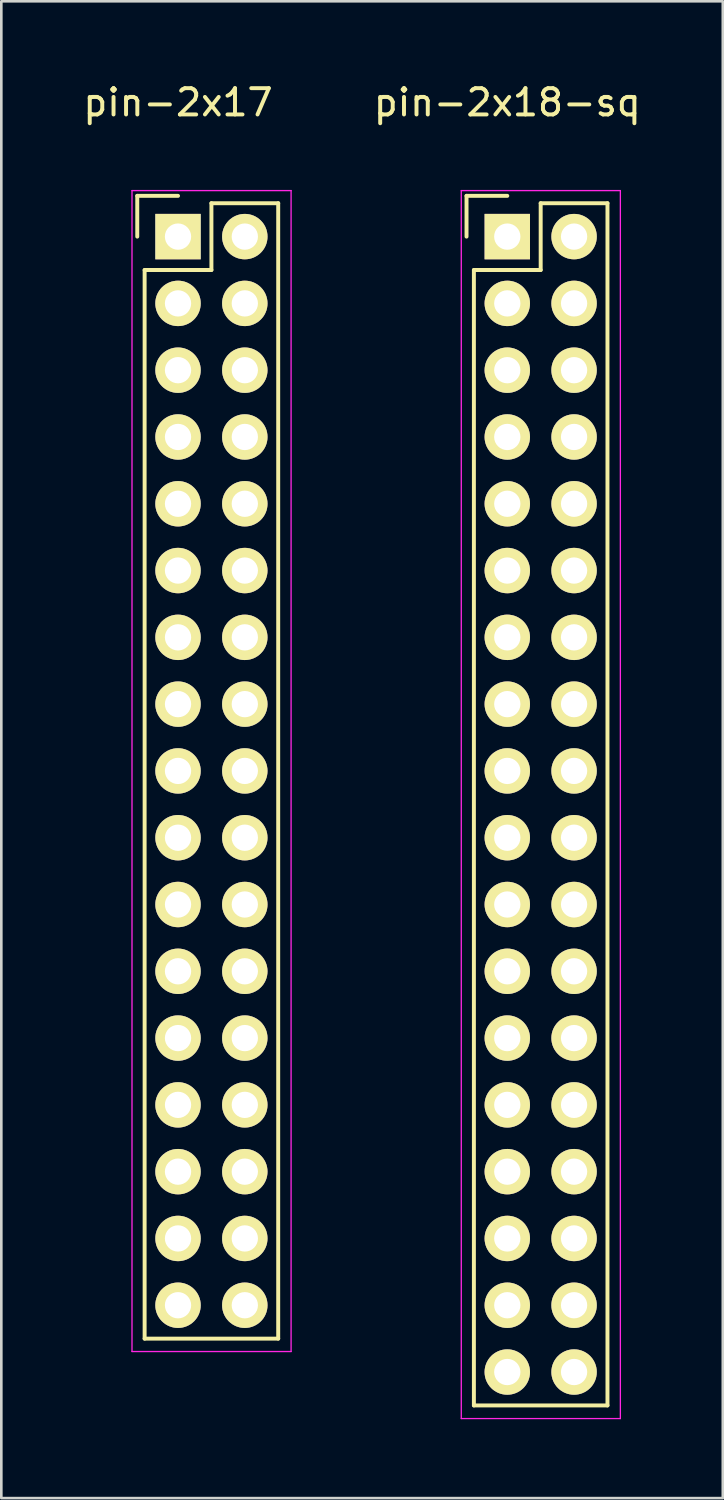
<source format=kicad_pcb>
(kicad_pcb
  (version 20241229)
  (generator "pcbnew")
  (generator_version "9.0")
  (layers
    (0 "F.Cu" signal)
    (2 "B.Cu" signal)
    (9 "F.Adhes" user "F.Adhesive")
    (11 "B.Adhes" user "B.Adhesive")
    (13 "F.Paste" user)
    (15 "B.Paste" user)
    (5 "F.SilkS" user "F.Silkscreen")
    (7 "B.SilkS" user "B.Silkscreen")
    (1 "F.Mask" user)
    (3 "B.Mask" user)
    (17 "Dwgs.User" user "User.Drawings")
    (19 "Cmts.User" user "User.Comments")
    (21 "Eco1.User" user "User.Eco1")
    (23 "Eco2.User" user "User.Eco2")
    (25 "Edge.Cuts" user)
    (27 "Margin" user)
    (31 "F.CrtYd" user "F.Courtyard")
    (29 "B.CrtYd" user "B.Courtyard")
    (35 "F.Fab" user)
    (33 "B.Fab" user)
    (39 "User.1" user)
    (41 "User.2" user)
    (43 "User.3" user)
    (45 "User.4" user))
  (footprint "pin-2x18-sq"
    (layer "F.Cu")
    (at 16.242 5.948)
    (property "Reference" "pin-2x18-sq" (at 0 -5.1 0) (layer "F.SilkS") (effects (font (size 1 1) (thickness 0.15))))
    (attr through_hole)
    (fp_line (start -1.55 -1.55) (end -1.55 0) (stroke (width 0.15) (type solid)) (layer "F.SilkS"))
    (fp_line (start -1.27 44.45) (end -1.27 1.27) (stroke (width 0.15) (type solid)) (layer "F.SilkS"))
    (fp_line (start 0 -1.55) (end -1.55 -1.55) (stroke (width 0.15) (type solid)) (layer "F.SilkS"))
    (fp_line (start 1.27 -1.27) (end 1.27 1.27) (stroke (width 0.15) (type solid)) (layer "F.SilkS"))
    (fp_line (start 1.27 1.27) (end -1.27 1.27) (stroke (width 0.15) (type solid)) (layer "F.SilkS"))
    (fp_line (start 3.81 -1.27) (end 1.27 -1.27) (stroke (width 0.15) (type solid)) (layer "F.SilkS"))
    (fp_line (start 3.81 -1.27) (end 3.81 44.45) (stroke (width 0.15) (type solid)) (layer "F.SilkS"))
    (fp_line (start 3.81 44.45) (end -1.27 44.45) (stroke (width 0.15) (type solid)) (layer "F.SilkS"))
    (fp_line (start -1.75 -1.75) (end -1.75 44.95) (stroke (width 0.05) (type solid)) (layer "F.CrtYd"))
    (fp_line (start -1.75 -1.75) (end 4.3 -1.75) (stroke (width 0.05) (type solid)) (layer "F.CrtYd"))
    (fp_line (start -1.75 44.95) (end 4.3 44.95) (stroke (width 0.05) (type solid)) (layer "F.CrtYd"))
    (fp_line (start 4.3 -1.75) (end 4.3 44.95) (stroke (width 0.05) (type solid)) (layer "F.CrtYd"))
    (pad "1" thru_hole rect (at 0 0) (size 1.727 1.727) (drill 1) (layers "*.Cu" "*.Mask" "F.SilkS"))
    (pad "2" thru_hole oval (at 2.54 0) (size 1.727 1.727) (drill 1) (layers "*.Cu" "*.Mask" "F.SilkS"))
    (pad "3" thru_hole oval (at 0 2.54) (size 1.727 1.727) (drill 1) (layers "*.Cu" "*.Mask" "F.SilkS"))
    (pad "4" thru_hole oval (at 2.54 2.54) (size 1.727 1.727) (drill 1) (layers "*.Cu" "*.Mask" "F.SilkS"))
    (pad "5" thru_hole oval (at 0 5.08) (size 1.727 1.727) (drill 1) (layers "*.Cu" "*.Mask" "F.SilkS"))
    (pad "6" thru_hole oval (at 2.54 5.08) (size 1.727 1.727) (drill 1) (layers "*.Cu" "*.Mask" "F.SilkS"))
    (pad "7" thru_hole oval (at 0 7.62) (size 1.727 1.727) (drill 1) (layers "*.Cu" "*.Mask" "F.SilkS"))
    (pad "8" thru_hole oval (at 2.54 7.62) (size 1.727 1.727) (drill 1) (layers "*.Cu" "*.Mask" "F.SilkS"))
    (pad "9" thru_hole oval (at 0 10.16) (size 1.727 1.727) (drill 1) (layers "*.Cu" "*.Mask" "F.SilkS"))
    (pad "10" thru_hole oval (at 2.54 10.16) (size 1.727 1.727) (drill 1) (layers "*.Cu" "*.Mask" "F.SilkS"))
    (pad "11" thru_hole oval (at 0 12.7) (size 1.727 1.727) (drill 1) (layers "*.Cu" "*.Mask" "F.SilkS"))
    (pad "12" thru_hole oval (at 2.54 12.7) (size 1.727 1.727) (drill 1) (layers "*.Cu" "*.Mask" "F.SilkS"))
    (pad "13" thru_hole oval (at 0 15.24) (size 1.727 1.727) (drill 1) (layers "*.Cu" "*.Mask" "F.SilkS"))
    (pad "14" thru_hole oval (at 2.54 15.24) (size 1.727 1.727) (drill 1) (layers "*.Cu" "*.Mask" "F.SilkS"))
    (pad "15" thru_hole oval (at 0 17.78) (size 1.727 1.727) (drill 1) (layers "*.Cu" "*.Mask" "F.SilkS"))
    (pad "16" thru_hole oval (at 2.54 17.78) (size 1.727 1.727) (drill 1) (layers "*.Cu" "*.Mask" "F.SilkS"))
    (pad "17" thru_hole oval (at 0 20.32) (size 1.727 1.727) (drill 1) (layers "*.Cu" "*.Mask" "F.SilkS"))
    (pad "18" thru_hole oval (at 2.54 20.32) (size 1.727 1.727) (drill 1) (layers "*.Cu" "*.Mask" "F.SilkS"))
    (pad "19" thru_hole oval (at 0 22.86) (size 1.727 1.727) (drill 1) (layers "*.Cu" "*.Mask" "F.SilkS"))
    (pad "20" thru_hole oval (at 2.54 22.86) (size 1.727 1.727) (drill 1) (layers "*.Cu" "*.Mask" "F.SilkS"))
    (pad "21" thru_hole oval (at 0 25.4) (size 1.727 1.727) (drill 1) (layers "*.Cu" "*.Mask" "F.SilkS"))
    (pad "22" thru_hole oval (at 2.54 25.4) (size 1.727 1.727) (drill 1) (layers "*.Cu" "*.Mask" "F.SilkS"))
    (pad "23" thru_hole oval (at 0 27.94) (size 1.727 1.727) (drill 1) (layers "*.Cu" "*.Mask" "F.SilkS"))
    (pad "24" thru_hole oval (at 2.54 27.94) (size 1.727 1.727) (drill 1) (layers "*.Cu" "*.Mask" "F.SilkS"))
    (pad "25" thru_hole oval (at 0 30.48) (size 1.727 1.727) (drill 1) (layers "*.Cu" "*.Mask" "F.SilkS"))
    (pad "26" thru_hole oval (at 2.54 30.48) (size 1.727 1.727) (drill 1) (layers "*.Cu" "*.Mask" "F.SilkS"))
    (pad "27" thru_hole oval (at 0 33.02) (size 1.727 1.727) (drill 1) (layers "*.Cu" "*.Mask" "F.SilkS"))
    (pad "28" thru_hole oval (at 2.54 33.02) (size 1.727 1.727) (drill 1) (layers "*.Cu" "*.Mask" "F.SilkS"))
    (pad "29" thru_hole oval (at 0 35.56) (size 1.727 1.727) (drill 1) (layers "*.Cu" "*.Mask" "F.SilkS"))
    (pad "30" thru_hole oval (at 2.54 35.56) (size 1.727 1.727) (drill 1) (layers "*.Cu" "*.Mask" "F.SilkS"))
    (pad "31" thru_hole oval (at 0 38.1) (size 1.727 1.727) (drill 1) (layers "*.Cu" "*.Mask" "F.SilkS"))
    (pad "32" thru_hole oval (at 2.54 38.1) (size 1.727 1.727) (drill 1) (layers "*.Cu" "*.Mask" "F.SilkS"))
    (pad "33" thru_hole oval (at 0 40.64) (size 1.727 1.727) (drill 1) (layers "*.Cu" "*.Mask" "F.SilkS"))
    (pad "34" thru_hole oval (at 2.54 40.64) (size 1.727 1.727) (drill 1) (layers "*.Cu" "*.Mask" "F.SilkS"))
    (pad "35" thru_hole oval (at 0 43.18) (size 1.727 1.727) (drill 1) (layers "*.Cu" "*.Mask" "F.SilkS"))
    (pad "36" thru_hole oval (at 2.54 43.18) (size 1.727 1.727) (drill 1) (layers "*.Cu" "*.Mask" "F.SilkS")))
  (footprint "pin-2x17"
    (layer "F.Cu")
    (at 3.72 5.948)
    (property "Reference" "pin-2x17" (at 0 -5.1 0) (layer "F.SilkS") (effects (font (size 1 1) (thickness 0.15))))
    (attr through_hole)
    (fp_line (start -1.55 -1.55) (end -1.55 0) (stroke (width 0.15) (type solid)) (layer "F.SilkS"))
    (fp_line (start -1.27 1.27) (end -1.27 41.91) (stroke (width 0.15) (type solid)) (layer "F.SilkS"))
    (fp_line (start 0 -1.55) (end -1.55 -1.55) (stroke (width 0.15) (type solid)) (layer "F.SilkS"))
    (fp_line (start 1.27 -1.27) (end 1.27 1.27) (stroke (width 0.15) (type solid)) (layer "F.SilkS"))
    (fp_line (start 1.27 1.27) (end -1.27 1.27) (stroke (width 0.15) (type solid)) (layer "F.SilkS"))
    (fp_line (start 3.81 -1.27) (end 1.27 -1.27) (stroke (width 0.15) (type solid)) (layer "F.SilkS"))
    (fp_line (start 3.81 41.91) (end -1.27 41.91) (stroke (width 0.15) (type solid)) (layer "F.SilkS"))
    (fp_line (start 3.81 41.91) (end 3.81 -1.27) (stroke (width 0.15) (type solid)) (layer "F.SilkS"))
    (fp_line (start -1.75 -1.75) (end -1.75 42.4) (stroke (width 0.05) (type solid)) (layer "F.CrtYd"))
    (fp_line (start -1.75 -1.75) (end 4.3 -1.75) (stroke (width 0.05) (type solid)) (layer "F.CrtYd"))
    (fp_line (start -1.75 42.4) (end 4.3 42.4) (stroke (width 0.05) (type solid)) (layer "F.CrtYd"))
    (fp_line (start 4.3 -1.75) (end 4.3 42.4) (stroke (width 0.05) (type solid)) (layer "F.CrtYd"))
    (pad "1" thru_hole rect (at 0 0) (size 1.727 1.727) (drill 1) (layers "*.Cu" "*.Mask" "F.SilkS"))
    (pad "2" thru_hole oval (at 2.54 0) (size 1.727 1.727) (drill 1) (layers "*.Cu" "*.Mask" "F.SilkS"))
    (pad "3" thru_hole oval (at 0 2.54) (size 1.727 1.727) (drill 1) (layers "*.Cu" "*.Mask" "F.SilkS"))
    (pad "4" thru_hole oval (at 2.54 2.54) (size 1.727 1.727) (drill 1) (layers "*.Cu" "*.Mask" "F.SilkS"))
    (pad "5" thru_hole oval (at 0 5.08) (size 1.727 1.727) (drill 1) (layers "*.Cu" "*.Mask" "F.SilkS"))
    (pad "6" thru_hole oval (at 2.54 5.08) (size 1.727 1.727) (drill 1) (layers "*.Cu" "*.Mask" "F.SilkS"))
    (pad "7" thru_hole oval (at 0 7.62) (size 1.727 1.727) (drill 1) (layers "*.Cu" "*.Mask" "F.SilkS"))
    (pad "8" thru_hole oval (at 2.54 7.62) (size 1.727 1.727) (drill 1) (layers "*.Cu" "*.Mask" "F.SilkS"))
    (pad "9" thru_hole oval (at 0 10.16) (size 1.727 1.727) (drill 1) (layers "*.Cu" "*.Mask" "F.SilkS"))
    (pad "10" thru_hole oval (at 2.54 10.16) (size 1.727 1.727) (drill 1) (layers "*.Cu" "*.Mask" "F.SilkS"))
    (pad "11" thru_hole oval (at 0 12.7) (size 1.727 1.727) (drill 1) (layers "*.Cu" "*.Mask" "F.SilkS"))
    (pad "12" thru_hole oval (at 2.54 12.7) (size 1.727 1.727) (drill 1) (layers "*.Cu" "*.Mask" "F.SilkS"))
    (pad "13" thru_hole oval (at 0 15.24) (size 1.727 1.727) (drill 1) (layers "*.Cu" "*.Mask" "F.SilkS"))
    (pad "14" thru_hole oval (at 2.54 15.24) (size 1.727 1.727) (drill 1) (layers "*.Cu" "*.Mask" "F.SilkS"))
    (pad "15" thru_hole oval (at 0 17.78) (size 1.727 1.727) (drill 1) (layers "*.Cu" "*.Mask" "F.SilkS"))
    (pad "16" thru_hole oval (at 2.54 17.78) (size 1.727 1.727) (drill 1) (layers "*.Cu" "*.Mask" "F.SilkS"))
    (pad "17" thru_hole oval (at 0 20.32) (size 1.727 1.727) (drill 1) (layers "*.Cu" "*.Mask" "F.SilkS"))
    (pad "18" thru_hole oval (at 2.54 20.32) (size 1.727 1.727) (drill 1) (layers "*.Cu" "*.Mask" "F.SilkS"))
    (pad "19" thru_hole oval (at 0 22.86) (size 1.727 1.727) (drill 1) (layers "*.Cu" "*.Mask" "F.SilkS"))
    (pad "20" thru_hole oval (at 2.54 22.86) (size 1.727 1.727) (drill 1) (layers "*.Cu" "*.Mask" "F.SilkS"))
    (pad "21" thru_hole oval (at 0 25.4) (size 1.727 1.727) (drill 1) (layers "*.Cu" "*.Mask" "F.SilkS"))
    (pad "22" thru_hole oval (at 2.54 25.4) (size 1.727 1.727) (drill 1) (layers "*.Cu" "*.Mask" "F.SilkS"))
    (pad "23" thru_hole oval (at 0 27.94) (size 1.727 1.727) (drill 1) (layers "*.Cu" "*.Mask" "F.SilkS"))
    (pad "24" thru_hole oval (at 2.54 27.94) (size 1.727 1.727) (drill 1) (layers "*.Cu" "*.Mask" "F.SilkS"))
    (pad "25" thru_hole oval (at 0 30.48) (size 1.727 1.727) (drill 1) (layers "*.Cu" "*.Mask" "F.SilkS"))
    (pad "26" thru_hole oval (at 2.54 30.48) (size 1.727 1.727) (drill 1) (layers "*.Cu" "*.Mask" "F.SilkS"))
    (pad "27" thru_hole oval (at 0 33.02) (size 1.727 1.727) (drill 1) (layers "*.Cu" "*.Mask" "F.SilkS"))
    (pad "28" thru_hole oval (at 2.54 33.02) (size 1.727 1.727) (drill 1) (layers "*.Cu" "*.Mask" "F.SilkS"))
    (pad "29" thru_hole oval (at 0 35.56) (size 1.727 1.727) (drill 1) (layers "*.Cu" "*.Mask" "F.SilkS"))
    (pad "30" thru_hole oval (at 2.54 35.56) (size 1.727 1.727) (drill 1) (layers "*.Cu" "*.Mask" "F.SilkS"))
    (pad "31" thru_hole oval (at 0 38.1) (size 1.727 1.727) (drill 1) (layers "*.Cu" "*.Mask" "F.SilkS"))
    (pad "32" thru_hole oval (at 2.54 38.1) (size 1.727 1.727) (drill 1) (layers "*.Cu" "*.Mask" "F.SilkS"))
    (pad "33" thru_hole oval (at 0 40.64) (size 1.727 1.727) (drill 1) (layers "*.Cu" "*.Mask" "F.SilkS"))
    (pad "34" thru_hole oval (at 2.54 40.64) (size 1.727 1.727) (drill 1) (layers "*.Cu" "*.Mask" "F.SilkS")))
  (gr_rect
    (start -3 -3)
    (end 24.438 53.923)
    (stroke (width 0.1) (type default))
    (fill no)
    (layer "Edge.Cuts")))
</source>
